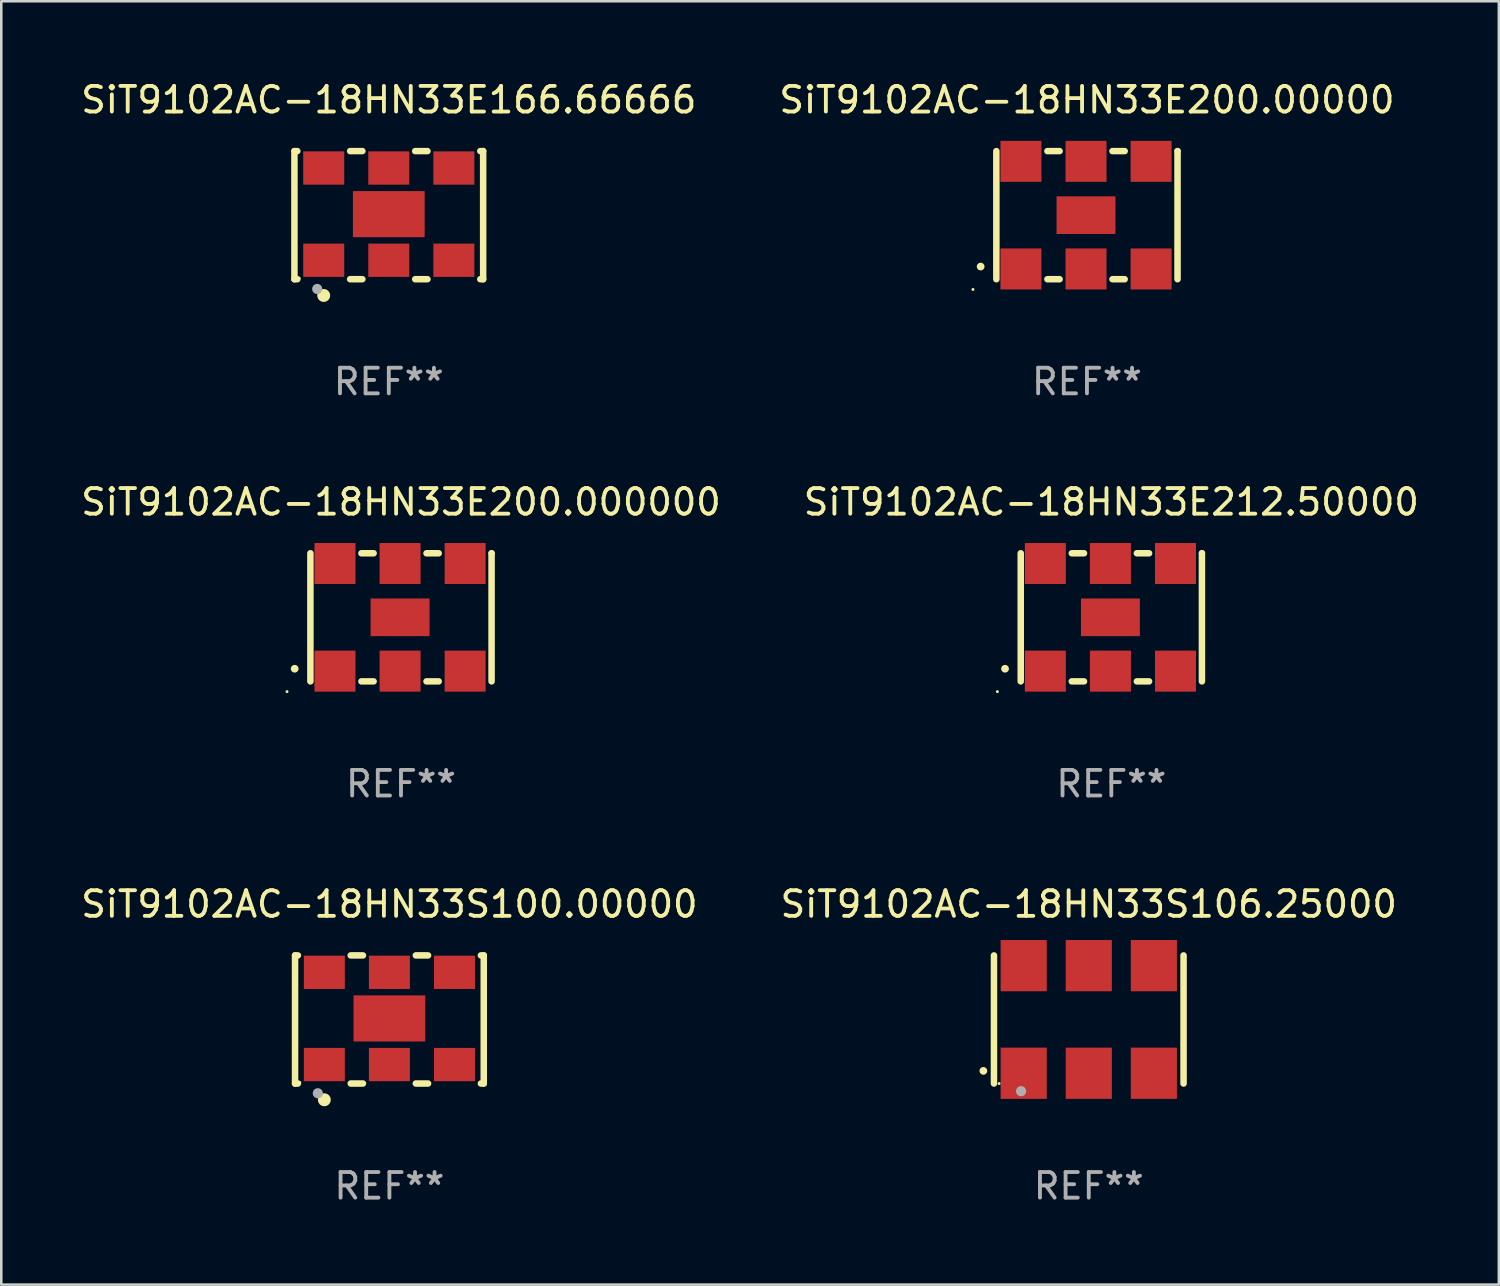
<source format=kicad_pcb>
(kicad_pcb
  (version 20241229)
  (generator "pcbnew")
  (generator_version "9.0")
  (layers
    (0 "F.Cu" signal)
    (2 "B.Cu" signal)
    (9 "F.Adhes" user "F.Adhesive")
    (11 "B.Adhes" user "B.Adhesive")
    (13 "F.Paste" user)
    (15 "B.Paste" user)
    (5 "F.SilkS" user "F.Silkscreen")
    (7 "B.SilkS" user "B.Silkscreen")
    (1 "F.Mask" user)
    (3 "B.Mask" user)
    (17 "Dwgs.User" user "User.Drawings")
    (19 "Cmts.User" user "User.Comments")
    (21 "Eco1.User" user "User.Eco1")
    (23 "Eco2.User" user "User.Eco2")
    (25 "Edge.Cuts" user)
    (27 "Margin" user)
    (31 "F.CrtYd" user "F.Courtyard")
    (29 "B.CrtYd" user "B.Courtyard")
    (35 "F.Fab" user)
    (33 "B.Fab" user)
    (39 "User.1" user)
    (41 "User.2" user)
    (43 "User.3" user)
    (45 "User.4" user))
  (footprint "SiT9102AC-18HN33S100.00000"
    (layer "F.Cu")
    (at 12.149 36.741)
    (property "Reference" "SiT9102AC-18HN33S100.00000" (at 0 -4.5 0) (layer "F.SilkS") (effects (font (size 1 1) (thickness 0.15))))
    (attr through_hole)
    (fp_line (start -3.683 -2.5) (end -3.571 -2.5) (stroke (width 0.254) (type solid)) (layer "F.SilkS"))
    (fp_line (start -3.683 2.5) (end -3.683 -2.5) (stroke (width 0.254) (type solid)) (layer "F.SilkS"))
    (fp_line (start -3.683 2.5) (end -3.571 2.5) (stroke (width 0.254) (type solid)) (layer "F.SilkS"))
    (fp_line (start -1.509 -2.5) (end -1.031 -2.5) (stroke (width 0.254) (type solid)) (layer "F.SilkS"))
    (fp_line (start -1.509 2.5) (end -1.031 2.5) (stroke (width 0.254) (type solid)) (layer "F.SilkS"))
    (fp_line (start 1.031 -2.5) (end 1.509 -2.5) (stroke (width 0.254) (type solid)) (layer "F.SilkS"))
    (fp_line (start 1.031 2.5) (end 1.509 2.5) (stroke (width 0.254) (type solid)) (layer "F.SilkS"))
    (fp_line (start 3.571 -2.5) (end 3.683 -2.5) (stroke (width 0.254) (type solid)) (layer "F.SilkS"))
    (fp_line (start 3.571 2.5) (end 3.683 2.5) (stroke (width 0.254) (type solid)) (layer "F.SilkS"))
    (fp_line (start 3.683 2.5) (end 3.683 -2.5) (stroke (width 0.254) (type solid)) (layer "F.SilkS"))
    (fp_circle (center -3.5 2.46) (end -3.47 2.46) (stroke (width 0.06) (type solid)) (fill no) (layer "F.SilkS"))
    (fp_circle (center -2.54 3.135) (end -2.413 3.135) (stroke (width 0.254) (type solid)) (fill no) (layer "F.SilkS"))
    (fp_circle (center -2.794 2.881) (end -2.694 2.881) (stroke (width 0.2) (type solid)) (fill no) (layer "F.Fab"))
    (fp_text user "REF**" (at 0 6.5 0) (layer "F.Fab") (effects (font (size 1 1) (thickness 0.15))))
    (pad "1" smd rect (at -2.54 1.76) (size 1.6 1.3) (layers "F.Cu" "F.Mask" "F.Paste"))
    (pad "2" smd rect (at 0 1.76) (size 1.6 1.3) (layers "F.Cu" "F.Mask" "F.Paste"))
    (pad "3" smd rect (at 2.54 1.76) (size 1.6 1.3) (layers "F.Cu" "F.Mask" "F.Paste"))
    (pad "4" smd rect (at 2.54 -1.84) (size 1.6 1.3) (layers "F.Cu" "F.Mask" "F.Paste"))
    (pad "5" smd rect (at 0 -1.84) (size 1.6 1.3) (layers "F.Cu" "F.Mask" "F.Paste"))
    (pad "6" smd rect (at -2.54 -1.84) (size 1.6 1.3) (layers "F.Cu" "F.Mask" "F.Paste"))
    (pad "7" smd rect (at 0 -0.04) (size 2.8 1.8) (layers "F.Cu" "F.Mask" "F.Paste")))
  (footprint "SiT9102AC-18HN33E200.00000"
    (layer "F.Cu")
    (at 39.375 5.348)
    (property "Reference" "SiT9102AC-18HN33E200.00000" (at 0 -4.5 0) (layer "F.SilkS") (effects (font (size 1 1) (thickness 0.15))))
    (attr through_hole)
    (fp_line (start -3.536 -2.5) (end -3.536 2.5) (stroke (width 0.254) (type solid)) (layer "F.SilkS"))
    (fp_line (start -1.544 2.5) (end -1.067 2.5) (stroke (width 0.254) (type solid)) (layer "F.SilkS"))
    (fp_line (start -1.067 -2.5) (end -1.544 -2.5) (stroke (width 0.254) (type solid)) (layer "F.SilkS"))
    (fp_line (start 0.996 2.5) (end 1.473 2.5) (stroke (width 0.254) (type solid)) (layer "F.SilkS"))
    (fp_line (start 1.473 -2.5) (end 0.996 -2.5) (stroke (width 0.254) (type solid)) (layer "F.SilkS"))
    (fp_line (start 3.536 -2.5) (end 3.536 -2.5) (stroke (width 0.254) (type solid)) (layer "F.SilkS"))
    (fp_line (start 3.536 2.5) (end 3.536 -2.5) (stroke (width 0.254) (type solid)) (layer "F.SilkS"))
    (fp_arc (start -4.150432 2.006604) (mid -4.149162 2.006599) (end -4.147892 2.006604) (stroke (width 0.3) (type solid)) (layer "F.SilkS"))
    (fp_circle (center -4.449 2.9) (end -4.419 2.9) (stroke (width 0.06) (type solid)) (fill no) (layer "F.SilkS"))
    (fp_text user "REF**" (at 0 6.5 0) (layer "F.Fab") (effects (font (size 1 1) (thickness 0.15))))
    (pad "1" smd rect (at -2.576 2.1) (size 1.6 1.6) (layers "F.Cu" "F.Mask" "F.Paste"))
    (pad "2" smd rect (at -0.036 2.1) (size 1.6 1.6) (layers "F.Cu" "F.Mask" "F.Paste"))
    (pad "3" smd rect (at 2.504 2.1) (size 1.6 1.6) (layers "F.Cu" "F.Mask" "F.Paste"))
    (pad "4" smd rect (at 2.504 -2.1) (size 1.6 1.6) (layers "F.Cu" "F.Mask" "F.Paste"))
    (pad "5" smd rect (at -0.036 -2.1) (size 1.6 1.6) (layers "F.Cu" "F.Mask" "F.Paste"))
    (pad "6" smd rect (at -2.576 -2.1) (size 1.6 1.6) (layers "F.Cu" "F.Mask" "F.Paste"))
    (pad "7" smd rect (at -0.036 0) (size 2.3 1.47) (layers "F.Cu" "F.Mask" "F.Paste")))
  (footprint "SiT9102AC-18HN33E212.50000"
    (layer "F.Cu")
    (at 40.327 21.045)
    (property "Reference" "SiT9102AC-18HN33E212.50000" (at 0 -4.5 0) (layer "F.SilkS") (effects (font (size 1 1) (thickness 0.15))))
    (attr through_hole)
    (fp_line (start -3.536 -2.5) (end -3.536 2.5) (stroke (width 0.254) (type solid)) (layer "F.SilkS"))
    (fp_line (start -1.544 2.5) (end -1.067 2.5) (stroke (width 0.254) (type solid)) (layer "F.SilkS"))
    (fp_line (start -1.067 -2.5) (end -1.544 -2.5) (stroke (width 0.254) (type solid)) (layer "F.SilkS"))
    (fp_line (start 0.996 2.5) (end 1.473 2.5) (stroke (width 0.254) (type solid)) (layer "F.SilkS"))
    (fp_line (start 1.473 -2.5) (end 0.996 -2.5) (stroke (width 0.254) (type solid)) (layer "F.SilkS"))
    (fp_line (start 3.536 -2.5) (end 3.536 -2.5) (stroke (width 0.254) (type solid)) (layer "F.SilkS"))
    (fp_line (start 3.536 2.5) (end 3.536 -2.5) (stroke (width 0.254) (type solid)) (layer "F.SilkS"))
    (fp_arc (start -4.150432 2.006604) (mid -4.149162 2.006599) (end -4.147892 2.006604) (stroke (width 0.3) (type solid)) (layer "F.SilkS"))
    (fp_circle (center -4.449 2.9) (end -4.419 2.9) (stroke (width 0.06) (type solid)) (fill no) (layer "F.SilkS"))
    (fp_text user "REF**" (at 0 6.5 0) (layer "F.Fab") (effects (font (size 1 1) (thickness 0.15))))
    (pad "1" smd rect (at -2.576 2.1) (size 1.6 1.6) (layers "F.Cu" "F.Mask" "F.Paste"))
    (pad "2" smd rect (at -0.036 2.1) (size 1.6 1.6) (layers "F.Cu" "F.Mask" "F.Paste"))
    (pad "3" smd rect (at 2.504 2.1) (size 1.6 1.6) (layers "F.Cu" "F.Mask" "F.Paste"))
    (pad "4" smd rect (at 2.504 -2.1) (size 1.6 1.6) (layers "F.Cu" "F.Mask" "F.Paste"))
    (pad "5" smd rect (at -0.036 -2.1) (size 1.6 1.6) (layers "F.Cu" "F.Mask" "F.Paste"))
    (pad "6" smd rect (at -2.576 -2.1) (size 1.6 1.6) (layers "F.Cu" "F.Mask" "F.Paste"))
    (pad "7" smd rect (at -0.036 0) (size 2.3 1.47) (layers "F.Cu" "F.Mask" "F.Paste")))
  (footprint "SiT9102AC-18HN33E200.000000"
    (layer "F.Cu")
    (at 12.601 21.045)
    (property "Reference" "SiT9102AC-18HN33E200.000000" (at 0 -4.5 0) (layer "F.SilkS") (effects (font (size 1 1) (thickness 0.15))))
    (attr through_hole)
    (fp_line (start -3.536 -2.5) (end -3.536 2.5) (stroke (width 0.254) (type solid)) (layer "F.SilkS"))
    (fp_line (start -1.544 2.5) (end -1.067 2.5) (stroke (width 0.254) (type solid)) (layer "F.SilkS"))
    (fp_line (start -1.067 -2.5) (end -1.544 -2.5) (stroke (width 0.254) (type solid)) (layer "F.SilkS"))
    (fp_line (start 0.996 2.5) (end 1.473 2.5) (stroke (width 0.254) (type solid)) (layer "F.SilkS"))
    (fp_line (start 1.473 -2.5) (end 0.996 -2.5) (stroke (width 0.254) (type solid)) (layer "F.SilkS"))
    (fp_line (start 3.536 -2.5) (end 3.536 -2.5) (stroke (width 0.254) (type solid)) (layer "F.SilkS"))
    (fp_line (start 3.536 2.5) (end 3.536 -2.5) (stroke (width 0.254) (type solid)) (layer "F.SilkS"))
    (fp_arc (start -4.150432 2.006604) (mid -4.149162 2.006599) (end -4.147892 2.006604) (stroke (width 0.3) (type solid)) (layer "F.SilkS"))
    (fp_circle (center -4.449 2.9) (end -4.419 2.9) (stroke (width 0.06) (type solid)) (fill no) (layer "F.SilkS"))
    (fp_text user "REF**" (at 0 6.5 0) (layer "F.Fab") (effects (font (size 1 1) (thickness 0.15))))
    (pad "1" smd rect (at -2.576 2.1) (size 1.6 1.6) (layers "F.Cu" "F.Mask" "F.Paste"))
    (pad "2" smd rect (at -0.036 2.1) (size 1.6 1.6) (layers "F.Cu" "F.Mask" "F.Paste"))
    (pad "3" smd rect (at 2.504 2.1) (size 1.6 1.6) (layers "F.Cu" "F.Mask" "F.Paste"))
    (pad "4" smd rect (at 2.504 -2.1) (size 1.6 1.6) (layers "F.Cu" "F.Mask" "F.Paste"))
    (pad "5" smd rect (at -0.036 -2.1) (size 1.6 1.6) (layers "F.Cu" "F.Mask" "F.Paste"))
    (pad "6" smd rect (at -2.576 -2.1) (size 1.6 1.6) (layers "F.Cu" "F.Mask" "F.Paste"))
    (pad "7" smd rect (at -0.036 0) (size 2.3 1.47) (layers "F.Cu" "F.Mask" "F.Paste")))
  (footprint "SiT9102AC-18HN33S106.25000"
    (layer "F.Cu")
    (at 39.446 36.741)
    (property "Reference" "SiT9102AC-18HN33S106.25000" (at 0 -4.5 0) (layer "F.SilkS") (effects (font (size 1 1) (thickness 0.15))))
    (attr through_hole)
    (fp_line (start -3.7 -2.5) (end -3.7 2.5) (stroke (width 0.254) (type solid)) (layer "F.SilkS"))
    (fp_line (start 3.7 -2.5) (end 3.7 2.5) (stroke (width 0.254) (type solid)) (layer "F.SilkS"))
    (fp_arc (start -4.114415 2.006604) (mid -4.113145 2.006599) (end -4.111875 2.006604) (stroke (width 0.3) (type solid)) (layer "F.SilkS"))
    (fp_circle (center -3.5 2.501) (end -3.47 2.501) (stroke (width 0.06) (type solid)) (fill no) (layer "F.SilkS"))
    (fp_circle (center -2.641 2.799) (end -2.541 2.799) (stroke (width 0.2) (type solid)) (fill no) (layer "F.Fab"))
    (fp_text user "REF**" (at 0 6.5 0) (layer "F.Fab") (effects (font (size 1 1) (thickness 0.15))))
    (pad "1" smd rect (at -2.54 2.1) (size 1.8 2) (layers "F.Cu" "F.Mask" "F.Paste"))
    (pad "2" smd rect (at 0.000394 2.1) (size 1.8 2) (layers "F.Cu" "F.Mask" "F.Paste"))
    (pad "3" smd rect (at 2.54 2.1) (size 1.8 2) (layers "F.Cu" "F.Mask" "F.Paste"))
    (pad "4" smd rect (at 2.54 -2.1) (size 1.8 2) (layers "F.Cu" "F.Mask" "F.Paste"))
    (pad "5" smd rect (at 0.000394 -2.1) (size 1.8 2) (layers "F.Cu" "F.Mask" "F.Paste"))
    (pad "6" smd rect (at -2.54 -2.1) (size 1.8 2) (layers "F.Cu" "F.Mask" "F.Paste")))
  (footprint "SiT9102AC-18HN33E166.66666"
    (layer "F.Cu")
    (at 12.125 5.348)
    (property "Reference" "SiT9102AC-18HN33E166.66666" (at 0 -4.5 0) (layer "F.SilkS") (effects (font (size 1 1) (thickness 0.15))))
    (attr through_hole)
    (fp_line (start -3.683 -2.5) (end -3.571 -2.5) (stroke (width 0.254) (type solid)) (layer "F.SilkS"))
    (fp_line (start -3.683 2.5) (end -3.683 -2.5) (stroke (width 0.254) (type solid)) (layer "F.SilkS"))
    (fp_line (start -3.683 2.5) (end -3.571 2.5) (stroke (width 0.254) (type solid)) (layer "F.SilkS"))
    (fp_line (start -1.509 -2.5) (end -1.031 -2.5) (stroke (width 0.254) (type solid)) (layer "F.SilkS"))
    (fp_line (start -1.509 2.5) (end -1.031 2.5) (stroke (width 0.254) (type solid)) (layer "F.SilkS"))
    (fp_line (start 1.031 -2.5) (end 1.509 -2.5) (stroke (width 0.254) (type solid)) (layer "F.SilkS"))
    (fp_line (start 1.031 2.5) (end 1.509 2.5) (stroke (width 0.254) (type solid)) (layer "F.SilkS"))
    (fp_line (start 3.571 -2.5) (end 3.683 -2.5) (stroke (width 0.254) (type solid)) (layer "F.SilkS"))
    (fp_line (start 3.571 2.5) (end 3.683 2.5) (stroke (width 0.254) (type solid)) (layer "F.SilkS"))
    (fp_line (start 3.683 2.5) (end 3.683 -2.5) (stroke (width 0.254) (type solid)) (layer "F.SilkS"))
    (fp_circle (center -3.5 2.46) (end -3.47 2.46) (stroke (width 0.06) (type solid)) (fill no) (layer "F.SilkS"))
    (fp_circle (center -2.54 3.135) (end -2.413 3.135) (stroke (width 0.254) (type solid)) (fill no) (layer "F.SilkS"))
    (fp_circle (center -2.794 2.881) (end -2.694 2.881) (stroke (width 0.2) (type solid)) (fill no) (layer "F.Fab"))
    (fp_text user "REF**" (at 0 6.5 0) (layer "F.Fab") (effects (font (size 1 1) (thickness 0.15))))
    (pad "1" smd rect (at -2.54 1.76) (size 1.6 1.3) (layers "F.Cu" "F.Mask" "F.Paste"))
    (pad "2" smd rect (at 0 1.76) (size 1.6 1.3) (layers "F.Cu" "F.Mask" "F.Paste"))
    (pad "3" smd rect (at 2.54 1.76) (size 1.6 1.3) (layers "F.Cu" "F.Mask" "F.Paste"))
    (pad "4" smd rect (at 2.54 -1.84) (size 1.6 1.3) (layers "F.Cu" "F.Mask" "F.Paste"))
    (pad "5" smd rect (at 0 -1.84) (size 1.6 1.3) (layers "F.Cu" "F.Mask" "F.Paste"))
    (pad "6" smd rect (at -2.54 -1.84) (size 1.6 1.3) (layers "F.Cu" "F.Mask" "F.Paste"))
    (pad "7" smd rect (at 0 -0.04) (size 2.8 1.8) (layers "F.Cu" "F.Mask" "F.Paste")))
  (gr_rect
    (start -3 -3)
    (end 55.452 47.09)
    (stroke (width 0.1) (type default))
    (fill no)
    (layer "Edge.Cuts")))
</source>
